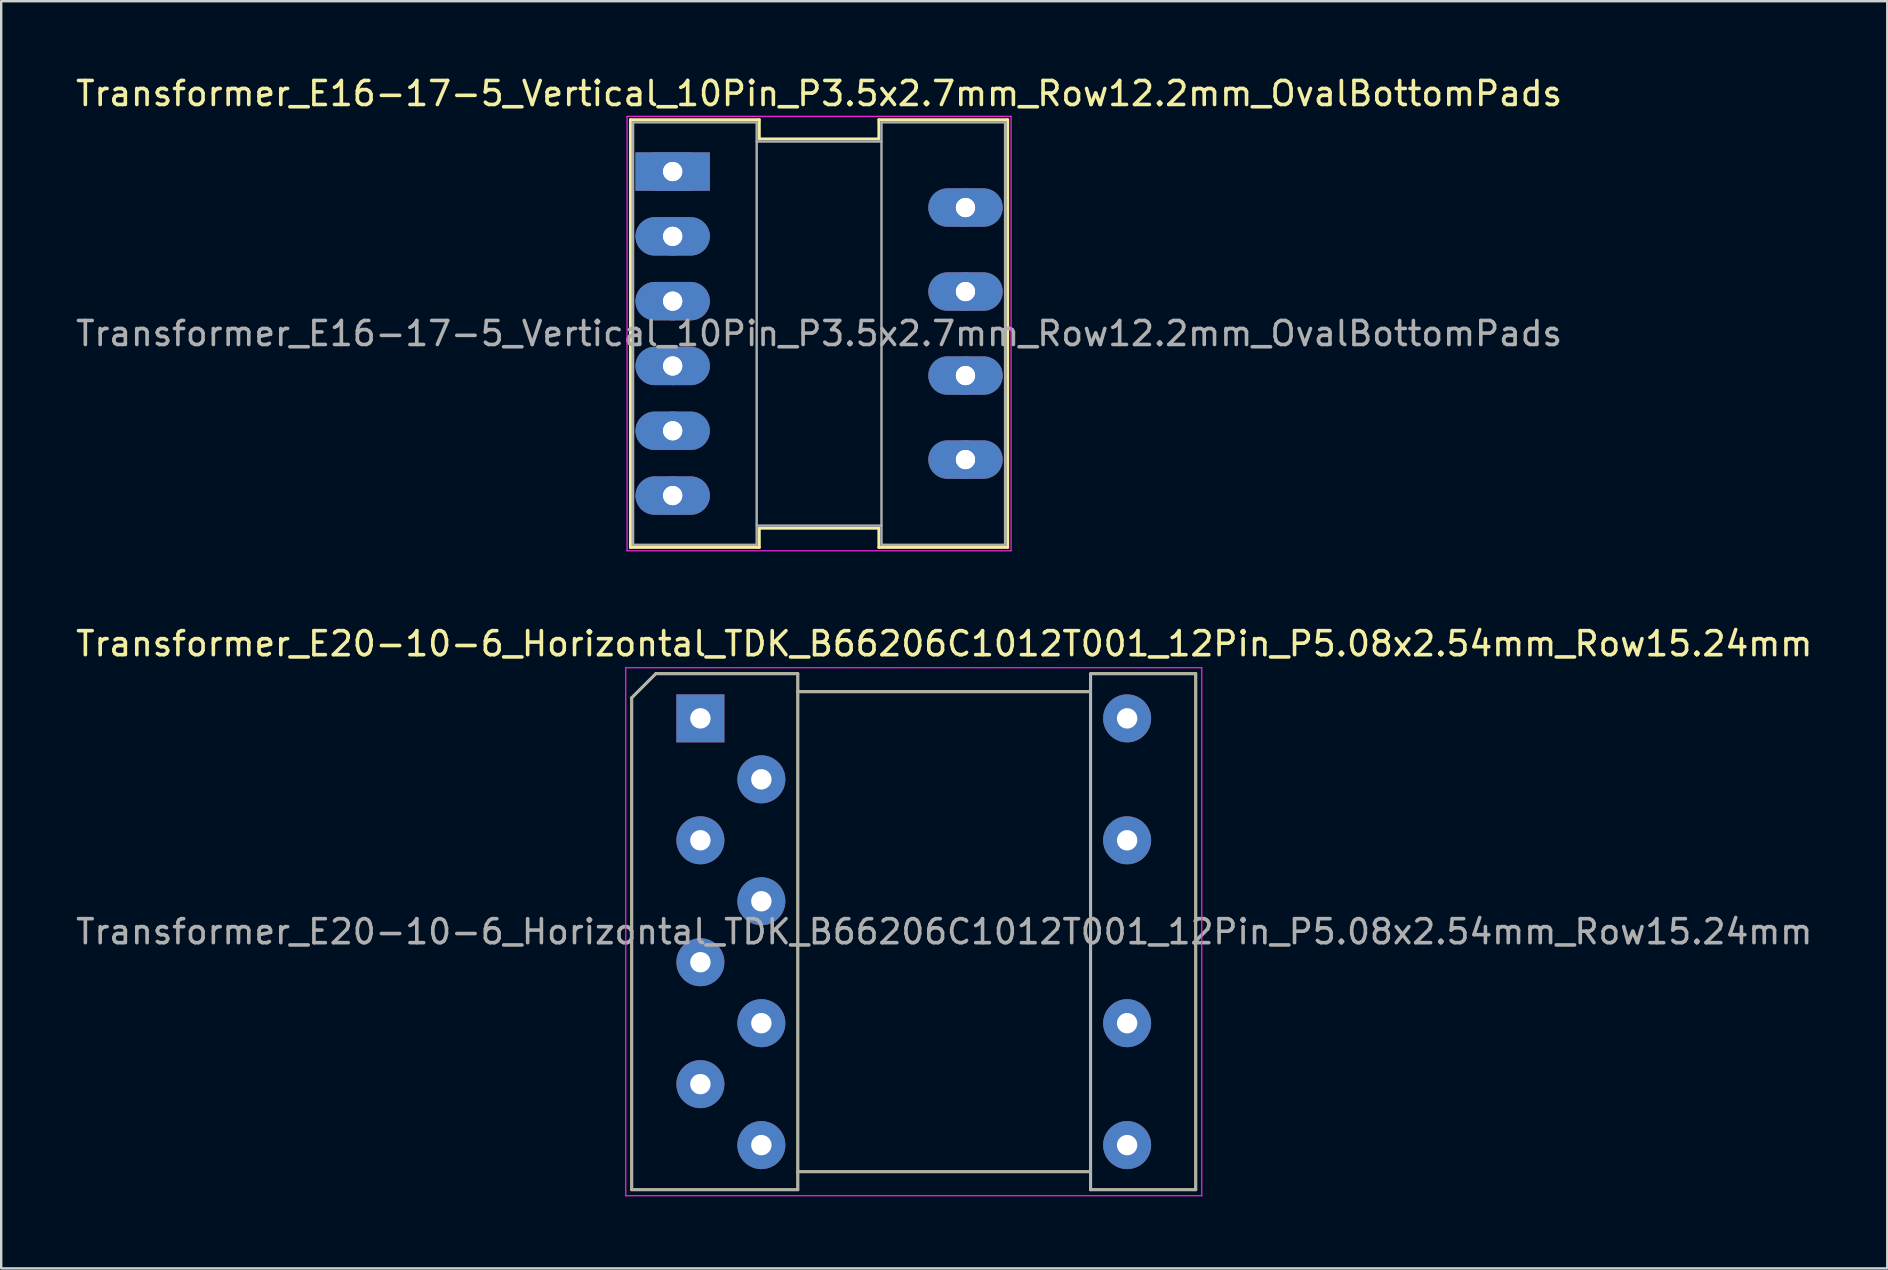
<source format=kicad_pcb>
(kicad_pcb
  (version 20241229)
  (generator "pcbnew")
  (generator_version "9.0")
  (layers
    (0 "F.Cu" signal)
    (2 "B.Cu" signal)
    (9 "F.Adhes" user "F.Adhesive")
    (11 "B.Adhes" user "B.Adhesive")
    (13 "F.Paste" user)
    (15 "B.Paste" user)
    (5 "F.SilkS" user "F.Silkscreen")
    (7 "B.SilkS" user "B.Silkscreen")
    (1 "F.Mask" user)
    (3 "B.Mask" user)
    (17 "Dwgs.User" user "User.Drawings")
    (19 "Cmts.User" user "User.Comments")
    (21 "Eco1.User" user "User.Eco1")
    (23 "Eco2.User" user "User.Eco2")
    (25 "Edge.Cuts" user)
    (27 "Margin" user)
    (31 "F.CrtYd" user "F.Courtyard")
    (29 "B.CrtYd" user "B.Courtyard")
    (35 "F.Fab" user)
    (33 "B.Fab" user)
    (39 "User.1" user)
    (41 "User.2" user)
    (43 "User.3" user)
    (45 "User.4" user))
  (footprint "Transformer_E16-17-5_Vertical_10Pin_P3.5x2.7mm_Row12.2mm_OvalBottomPads"
    (layer "F.Cu")
    (at 24.977 4.098)
    (property "Reference" "Transformer_E16-17-5_Vertical_10Pin_P3.5x2.7mm_Row12.2mm_OvalBottomPads" (at 6.1 -3.25 0) (layer "F.SilkS") (effects (font (size 1 1) (thickness 0.15))))
    (attr through_hole)
    (fp_line (start -1.76 -2.16) (end -1.76 15.66) (stroke (width 0.12) (type solid)) (layer "F.SilkS"))
    (fp_line (start -1.76 -2.16) (end 3.61 -2.16) (stroke (width 0.12) (type solid)) (layer "F.SilkS"))
    (fp_line (start -1.76 15.66) (end 3.61 15.66) (stroke (width 0.12) (type solid)) (layer "F.SilkS"))
    (fp_line (start 3.61 -1.36) (end 3.61 -2.16) (stroke (width 0.12) (type solid)) (layer "F.SilkS"))
    (fp_line (start 3.61 -1.36) (end 8.59 -1.36) (stroke (width 0.12) (type solid)) (layer "F.SilkS"))
    (fp_line (start 3.61 14.86) (end 3.61 15.66) (stroke (width 0.12) (type solid)) (layer "F.SilkS"))
    (fp_line (start 3.61 14.86) (end 8.59 14.86) (stroke (width 0.12) (type solid)) (layer "F.SilkS"))
    (fp_line (start 8.59 -1.36) (end 8.59 -2.16) (stroke (width 0.12) (type solid)) (layer "F.SilkS"))
    (fp_line (start 8.59 14.86) (end 8.59 15.66) (stroke (width 0.12) (type solid)) (layer "F.SilkS"))
    (fp_line (start 13.96 -2.16) (end 8.59 -2.16) (stroke (width 0.12) (type solid)) (layer "F.SilkS"))
    (fp_line (start 13.96 -2.16) (end 13.96 15.66) (stroke (width 0.12) (type solid)) (layer "F.SilkS"))
    (fp_line (start 13.96 15.66) (end 8.59 15.66) (stroke (width 0.12) (type solid)) (layer "F.SilkS"))
    (fp_line (start -1.9 -2.3) (end -1.9 15.8) (stroke (width 0.05) (type solid)) (layer "F.CrtYd"))
    (fp_line (start -1.9 -2.3) (end 14.1 -2.3) (stroke (width 0.05) (type solid)) (layer "F.CrtYd"))
    (fp_line (start -1.9 15.8) (end 14.1 15.8) (stroke (width 0.05) (type solid)) (layer "F.CrtYd"))
    (fp_line (start 14.1 -2.3) (end 14.1 15.8) (stroke (width 0.05) (type solid)) (layer "F.CrtYd"))
    (fp_line (start -1.65 -2.05) (end 3.5 -2.05) (stroke (width 0.1) (type solid)) (layer "F.Fab"))
    (fp_line (start -1.65 15.55) (end -1.65 -2.05) (stroke (width 0.1) (type solid)) (layer "F.Fab"))
    (fp_line (start -1.65 15.55) (end 3.5 15.55) (stroke (width 0.1) (type solid)) (layer "F.Fab"))
    (fp_line (start 3.5 -1.25) (end 8.7 -1.25) (stroke (width 0.1) (type solid)) (layer "F.Fab"))
    (fp_line (start 3.5 15.55) (end 3.5 -2.05) (stroke (width 0.1) (type solid)) (layer "F.Fab"))
    (fp_line (start 8.7 -2.05) (end 8.7 15.55) (stroke (width 0.1) (type solid)) (layer "F.Fab"))
    (fp_line (start 8.7 14.75) (end 3.5 14.75) (stroke (width 0.1) (type solid)) (layer "F.Fab"))
    (fp_line (start 13.85 -2.05) (end 8.7 -2.05) (stroke (width 0.1) (type solid)) (layer "F.Fab"))
    (fp_line (start 13.85 -2.05) (end 13.85 15.55) (stroke (width 0.1) (type solid)) (layer "F.Fab"))
    (fp_line (start 13.85 15.55) (end 8.7 15.55) (stroke (width 0.1) (type solid)) (layer "F.Fab"))
    (fp_text user "${REFERENCE}" (at 6.1 6.75 0) (layer "F.Fab") (effects (font (size 1 1) (thickness 0.15))))
    (pad "1" thru_hole rect (at 0 0) (size 1.6 1.6) (drill 0.8) (layers "*.Cu" "*.Mask"))
    (pad "1" thru_hole rect (at 0 0) (size 3.1 1.6) (drill 0.8) (layers "B.Cu" "B.Mask"))
    (pad "2" thru_hole circle (at 0 2.7) (size 1.6 1.6) (drill 0.8) (layers "*.Cu" "*.Mask"))
    (pad "2" thru_hole oval (at 0 2.7) (size 3.1 1.6) (drill 0.8) (layers "B.Cu" "B.Mask"))
    (pad "3" thru_hole circle (at 0 5.4) (size 1.6 1.6) (drill 0.8) (layers "*.Cu" "*.Mask"))
    (pad "3" thru_hole oval (at 0 5.4) (size 3.1 1.6) (drill 0.8) (layers "B.Cu" "B.Mask"))
    (pad "4" thru_hole circle (at 0 8.1) (size 1.6 1.6) (drill 0.8) (layers "*.Cu" "*.Mask"))
    (pad "4" thru_hole oval (at 0 8.1) (size 3.1 1.6) (drill 0.8) (layers "B.Cu" "B.Mask"))
    (pad "5" thru_hole circle (at 0 10.8) (size 1.6 1.6) (drill 0.8) (layers "*.Cu" "*.Mask"))
    (pad "5" thru_hole oval (at 0 10.8) (size 3.1 1.6) (drill 0.8) (layers "B.Cu" "B.Mask"))
    (pad "6" thru_hole circle (at 0 13.5) (size 1.6 1.6) (drill 0.8) (layers "*.Cu" "*.Mask"))
    (pad "6" thru_hole oval (at 0 13.5) (size 3.1 1.6) (drill 0.8) (layers "B.Cu" "B.Mask"))
    (pad "7" thru_hole circle (at 12.2 12) (size 1.6 1.6) (drill 0.8) (layers "*.Cu" "*.Mask"))
    (pad "7" thru_hole oval (at 12.2 12) (size 3.1 1.6) (drill 0.8) (layers "B.Cu" "B.Mask"))
    (pad "8" thru_hole circle (at 12.2 8.5) (size 1.6 1.6) (drill 0.8) (layers "*.Cu" "*.Mask"))
    (pad "8" thru_hole oval (at 12.2 8.5) (size 3.1 1.6) (drill 0.8) (layers "B.Cu" "B.Mask"))
    (pad "9" thru_hole circle (at 12.2 5) (size 1.6 1.6) (drill 0.8) (layers "*.Cu" "*.Mask"))
    (pad "9" thru_hole oval (at 12.2 5) (size 3.1 1.6) (drill 0.8) (layers "B.Cu" "B.Mask"))
    (pad "10" thru_hole circle (at 12.2 1.5) (size 1.6 1.6) (drill 0.8) (layers "*.Cu" "*.Mask"))
    (pad "10" thru_hole oval (at 12.2 1.5) (size 3.1 1.6) (drill 0.8) (layers "B.Cu" "B.Mask")))
  (footprint "Transformer_E20-10-6_Horizontal_TDK_B66206C1012T001_12Pin_P5.08x2.54mm_Row15.24mm"
    (layer "F.Cu")
    (at 26.132 26.881)
    (property "Reference" "Transformer_E20-10-6_Horizontal_TDK_B66206C1012T001_12Pin_P5.08x2.54mm_Row15.24mm" (at 10.16 -3.11 0) (layer "F.SilkS") (effects (font (size 1 1) (thickness 0.15))))
    (attr through_hole)
    (fp_line (start -2.86 -0.86) (end -2.86 19.64) (stroke (width 0.12) (type solid)) (layer "F.SilkS"))
    (fp_line (start -2.86 19.64) (end 4.06 19.64) (stroke (width 0.12) (type solid)) (layer "F.SilkS"))
    (fp_line (start -1.86 -1.86) (end -2.86 -0.86) (stroke (width 0.12) (type solid)) (layer "F.SilkS"))
    (fp_line (start -1.86 -1.86) (end 4.06 -1.86) (stroke (width 0.12) (type solid)) (layer "F.SilkS"))
    (fp_line (start 4.06 19.64) (end 4.06 -1.86) (stroke (width 0.12) (type solid)) (layer "F.SilkS"))
    (fp_line (start 16.26 -1.86) (end 16.26 19.64) (stroke (width 0.12) (type solid)) (layer "F.SilkS"))
    (fp_line (start 16.26 -1.86) (end 20.64 -1.86) (stroke (width 0.12) (type solid)) (layer "F.SilkS"))
    (fp_line (start 16.26 -1.11) (end 4.06 -1.11) (stroke (width 0.12) (type solid)) (layer "F.SilkS"))
    (fp_line (start 16.26 18.89) (end 4.06 18.89) (stroke (width 0.12) (type solid)) (layer "F.SilkS"))
    (fp_line (start 16.26 19.64) (end 20.64 19.64) (stroke (width 0.12) (type solid)) (layer "F.SilkS"))
    (fp_line (start 20.64 -1.86) (end 20.64 19.64) (stroke (width 0.12) (type solid)) (layer "F.SilkS"))
    (fp_line (start -3.11 -2.11) (end -3.11 19.89) (stroke (width 0.05) (type solid)) (layer "F.CrtYd"))
    (fp_line (start -3.11 -2.11) (end 20.89 -2.11) (stroke (width 0.05) (type solid)) (layer "F.CrtYd"))
    (fp_line (start -3.11 19.89) (end 20.89 19.89) (stroke (width 0.05) (type solid)) (layer "F.CrtYd"))
    (fp_line (start 20.89 -2.11) (end 20.89 19.89) (stroke (width 0.05) (type solid)) (layer "F.CrtYd"))
    (fp_line (start -2.86 -0.86) (end -2.86 19.64) (stroke (width 0.1) (type solid)) (layer "F.Fab"))
    (fp_line (start -2.86 19.64) (end 4.06 19.64) (stroke (width 0.1) (type solid)) (layer "F.Fab"))
    (fp_line (start -1.86 -1.86) (end -2.86 -0.86) (stroke (width 0.1) (type solid)) (layer "F.Fab"))
    (fp_line (start -1.86 -1.86) (end 4.06 -1.86) (stroke (width 0.1) (type solid)) (layer "F.Fab"))
    (fp_line (start 4.06 19.64) (end 4.06 -1.86) (stroke (width 0.1) (type solid)) (layer "F.Fab"))
    (fp_line (start 16.26 -1.86) (end 16.26 19.64) (stroke (width 0.1) (type solid)) (layer "F.Fab"))
    (fp_line (start 16.26 -1.86) (end 20.64 -1.86) (stroke (width 0.1) (type solid)) (layer "F.Fab"))
    (fp_line (start 16.26 -1.11) (end 4.06 -1.11) (stroke (width 0.1) (type solid)) (layer "F.Fab"))
    (fp_line (start 16.26 18.89) (end 4.06 18.89) (stroke (width 0.1) (type solid)) (layer "F.Fab"))
    (fp_line (start 16.26 19.64) (end 20.64 19.64) (stroke (width 0.1) (type solid)) (layer "F.Fab"))
    (fp_line (start 20.64 -1.86) (end 20.64 19.64) (stroke (width 0.1) (type solid)) (layer "F.Fab"))
    (fp_text user "${REFERENCE}" (at 10.16 8.89 0) (layer "F.Fab") (effects (font (size 1 1) (thickness 0.15))))
    (pad "1" thru_hole rect (at 0 0) (size 2 2) (drill 0.85) (layers "*.Cu" "*.Mask"))
    (pad "2" thru_hole circle (at 2.54 2.54) (size 2 2) (drill 0.85) (layers "*.Cu" "*.Mask"))
    (pad "3" thru_hole circle (at 0 5.08) (size 2 2) (drill 0.85) (layers "*.Cu" "*.Mask"))
    (pad "4" thru_hole circle (at 2.54 7.62) (size 2 2) (drill 0.85) (layers "*.Cu" "*.Mask"))
    (pad "5" thru_hole circle (at 0 10.16) (size 2 2) (drill 0.85) (layers "*.Cu" "*.Mask"))
    (pad "6" thru_hole circle (at 2.54 12.7) (size 2 2) (drill 0.85) (layers "*.Cu" "*.Mask"))
    (pad "7" thru_hole circle (at 0 15.24) (size 2 2) (drill 0.85) (layers "*.Cu" "*.Mask"))
    (pad "8" thru_hole circle (at 2.54 17.78) (size 2 2) (drill 0.85) (layers "*.Cu" "*.Mask"))
    (pad "9" thru_hole circle (at 17.78 17.78) (size 2 2) (drill 0.85) (layers "*.Cu" "*.Mask"))
    (pad "10" thru_hole circle (at 17.78 12.7) (size 2 2) (drill 0.85) (layers "*.Cu" "*.Mask"))
    (pad "11" thru_hole circle (at 17.78 5.08) (size 2 2) (drill 0.85) (layers "*.Cu" "*.Mask"))
    (pad "12" thru_hole circle (at 17.78 0) (size 2 2) (drill 0.85) (layers "*.Cu" "*.Mask")))
  (gr_rect
    (start -3 -3)
    (end 75.583 49.797)
    (stroke (width 0.1) (type default))
    (fill no)
    (layer "Edge.Cuts")))
</source>
